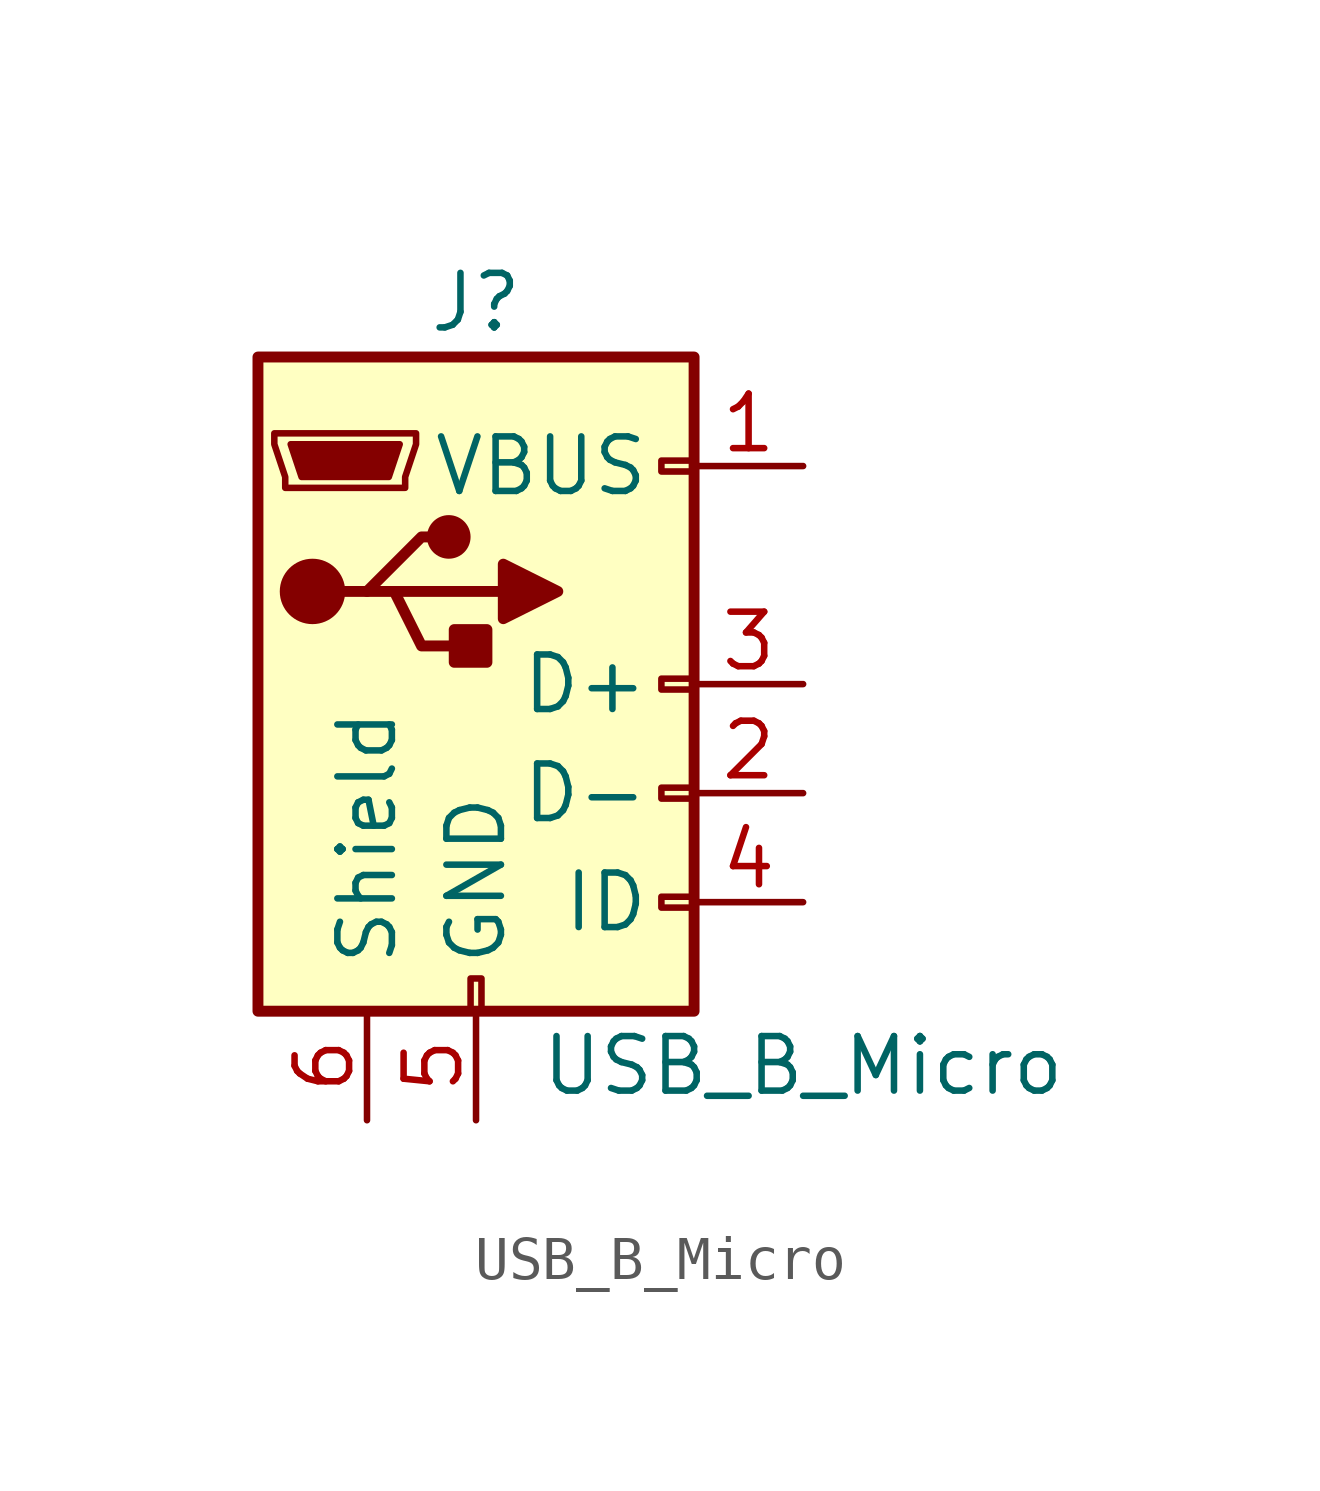
<source format=kicad_sym>
(kicad_symbol_lib
  (version 20220914)
  (generator kicad_symbol_editor)
  (symbol "USB_B_Micro"
    (pin_names
      (offset 1.016))
    (property "Reference" "J"
      (at 0 8.89 0)
      (effects (font (size 1.27 1.27))))
    (property "Value" "USB_B_Micro"
      (at 7.62 -8.89 0)
      (effects (font (size 1.27 1.27))))
    (symbol "USB_B_Micro_1_1"
      (rectangle (start -5.08 -7.62) (end 5.08 7.62) (stroke (width 0.254) (type default)) (fill (type background)))
      (circle (center -3.81 2.159) (radius 0.635) (stroke (width 0.254) (type default)) (fill (type outline)))
      (circle (center -0.635 3.429) (radius 0.381) (stroke (width 0.254) (type default)) (fill (type outline)))
      (rectangle (start -0.127 -7.62) (end 0.127 -6.858) (stroke (width 0) (type default)) (fill (type none)))
      (polyline (pts (xy -1.905 2.159) (xy 0.635 2.159)) (stroke (width 0.254) (type default)) (fill (type none)))
      (polyline (pts (xy -3.175 2.159) (xy -2.54 2.159) (xy -1.27 3.429) (xy -0.635 3.429)) (stroke (width 0.254) (type default)) (fill (type none)))
      (polyline (pts (xy -2.54 2.159) (xy -1.905 2.159) (xy -1.27 0.889) (xy 0 0.889)) (stroke (width 0.254) (type default)) (fill (type none)))
      (polyline (pts (xy 0.635 2.794) (xy 0.635 1.524) (xy 1.905 2.159) (xy 0.635 2.794)) (stroke (width 0.254) (type default)) (fill (type outline)))
      (polyline (pts (xy -4.318 5.588) (xy -1.778 5.588) (xy -2.032 4.826) (xy -4.064 4.826) (xy -4.318 5.588)) (stroke (width 0) (type default)) (fill (type outline)))
      (polyline (pts (xy -4.699 5.842) (xy -4.699 5.588) (xy -4.445 4.826) (xy -4.445 4.572) (xy -1.651 4.572) (xy -1.651 4.826) (xy -1.397 5.588) (xy -1.397 5.842) (xy -4.699 5.842)) (stroke (width 0) (type default)) (fill (type none)))
      (rectangle (start 0.254 1.27) (end -0.508 0.508) (stroke (width 0.254) (type default)) (fill (type outline)))
      (rectangle (start 5.08 -5.207) (end 4.318 -4.953) (stroke (width 0) (type default)) (fill (type none)))
      (rectangle (start 5.08 -2.667) (end 4.318 -2.413) (stroke (width 0) (type default)) (fill (type none)))
      (rectangle (start 5.08 -0.127) (end 4.318 0.127) (stroke (width 0) (type default)) (fill (type none)))
      (rectangle (start 5.08 4.953) (end 4.318 5.207) (stroke (width 0) (type default)) (fill (type none)))
      (pin power_out line (at 7.62 5.08 180) (length 2.54) (name "VBUS" (effects (font (size 1.27 1.27)))) (number "1" (effects (font (size 1.27 1.27)))))
      (pin passive line (at 7.62 -2.54 180) (length 2.54) (name "D-" (effects (font (size 1.27 1.27)))) (number "2" (effects (font (size 1.27 1.27)))))
      (pin passive line (at 7.62 0 180) (length 2.54) (name "D+" (effects (font (size 1.27 1.27)))) (number "3" (effects (font (size 1.27 1.27)))))
      (pin passive line (at 7.62 -5.08 180) (length 2.54) (name "ID" (effects (font (size 1.27 1.27)))) (number "4" (effects (font (size 1.27 1.27)))))
      (pin passive line (at 0 -10.16 90) (length 2.54) (name "GND" (effects (font (size 1.27 1.27)))) (number "5" (effects (font (size 1.27 1.27)))))
      (pin passive line (at -2.54 -10.16 90) (length 2.54) (name "Shield" (effects (font (size 1.27 1.27)))) (number "6" (effects (font (size 1.27 1.27))))))))
</source>
